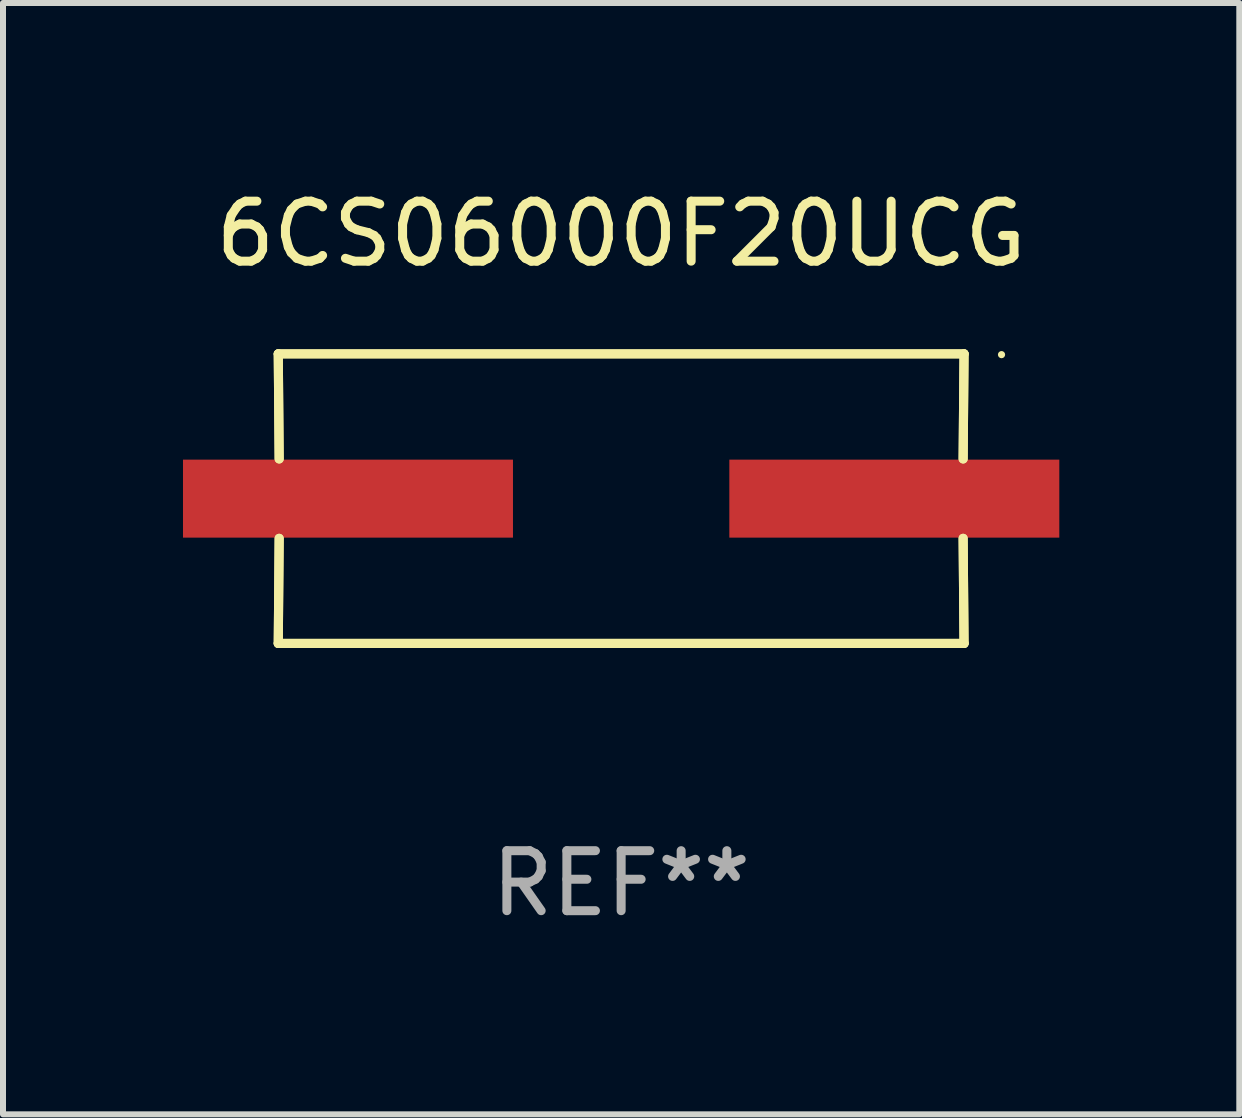
<source format=kicad_pcb>
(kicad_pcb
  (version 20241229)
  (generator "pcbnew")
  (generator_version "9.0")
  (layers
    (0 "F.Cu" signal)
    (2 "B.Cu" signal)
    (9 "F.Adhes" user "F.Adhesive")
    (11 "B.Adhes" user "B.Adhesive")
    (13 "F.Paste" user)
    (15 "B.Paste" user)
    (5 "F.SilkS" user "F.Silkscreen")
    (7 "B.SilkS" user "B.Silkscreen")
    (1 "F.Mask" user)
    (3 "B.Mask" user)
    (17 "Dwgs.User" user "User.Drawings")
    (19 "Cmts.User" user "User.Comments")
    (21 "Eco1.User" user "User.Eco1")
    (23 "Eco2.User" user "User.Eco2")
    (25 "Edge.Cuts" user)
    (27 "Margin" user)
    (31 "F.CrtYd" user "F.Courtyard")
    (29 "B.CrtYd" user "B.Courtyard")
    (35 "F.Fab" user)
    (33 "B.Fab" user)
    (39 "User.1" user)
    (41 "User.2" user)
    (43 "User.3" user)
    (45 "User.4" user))
  (footprint "6CS06000F20UCG"
    (layer "F.Cu")
    (at 7.303 5.261)
    (property "Reference" "6CS06000F20UCG" (at 0 -4.413 0) (layer "F.SilkS") (effects (font (size 1 1) (thickness 0.15))))
    (attr through_hole)
    (fp_line (start -5.715 -2.413) (end -5.7 -0.662) (stroke (width 0.152) (type solid)) (layer "F.SilkS"))
    (fp_line (start -5.715 -2.413) (end -5.7 -0.662) (stroke (width 0.152) (type solid)) (layer "F.SilkS"))
    (fp_line (start -5.715 2.413) (end 5.715 2.413) (stroke (width 0.152) (type solid)) (layer "F.SilkS"))
    (fp_line (start -5.715 2.413) (end 5.715 2.413) (stroke (width 0.152) (type solid)) (layer "F.SilkS"))
    (fp_line (start -5.7 0.662) (end -5.715 2.413) (stroke (width 0.152) (type solid)) (layer "F.SilkS"))
    (fp_line (start -5.7 0.662) (end -5.715 2.413) (stroke (width 0.152) (type solid)) (layer "F.SilkS"))
    (fp_line (start 5.7 -0.662) (end 5.715 -2.413) (stroke (width 0.152) (type solid)) (layer "F.SilkS"))
    (fp_line (start 5.7 -0.662) (end 5.715 -2.413) (stroke (width 0.152) (type solid)) (layer "F.SilkS"))
    (fp_line (start 5.715 -2.413) (end -5.715 -2.413) (stroke (width 0.152) (type solid)) (layer "F.SilkS"))
    (fp_line (start 5.715 -2.413) (end -5.715 -2.413) (stroke (width 0.152) (type solid)) (layer "F.SilkS"))
    (fp_line (start 5.715 2.413) (end 5.7 0.662) (stroke (width 0.152) (type solid)) (layer "F.SilkS"))
    (fp_line (start 5.715 2.413) (end 5.7 0.662) (stroke (width 0.152) (type solid)) (layer "F.SilkS"))
    (fp_circle (center 6.34 -2.4) (end 6.37 -2.4) (stroke (width 0.06) (type solid)) (fill no) (layer "F.SilkS"))
    (fp_text user "REF**" (at 0 6.413 0) (layer "F.Fab") (effects (font (size 1 1) (thickness 0.15))))
    (pad "1" smd rect (at 4.553 0) (size 5.5 1.3) (layers "F.Cu" "F.Mask" "F.Paste"))
    (pad "2" smd rect (at -4.553 0) (size 5.5 1.3) (layers "F.Cu" "F.Mask" "F.Paste")))
  (gr_rect
    (start -3 -3)
    (end 17.606 15.523)
    (stroke (width 0.1) (type default))
    (fill no)
    (layer "Edge.Cuts")))
</source>
